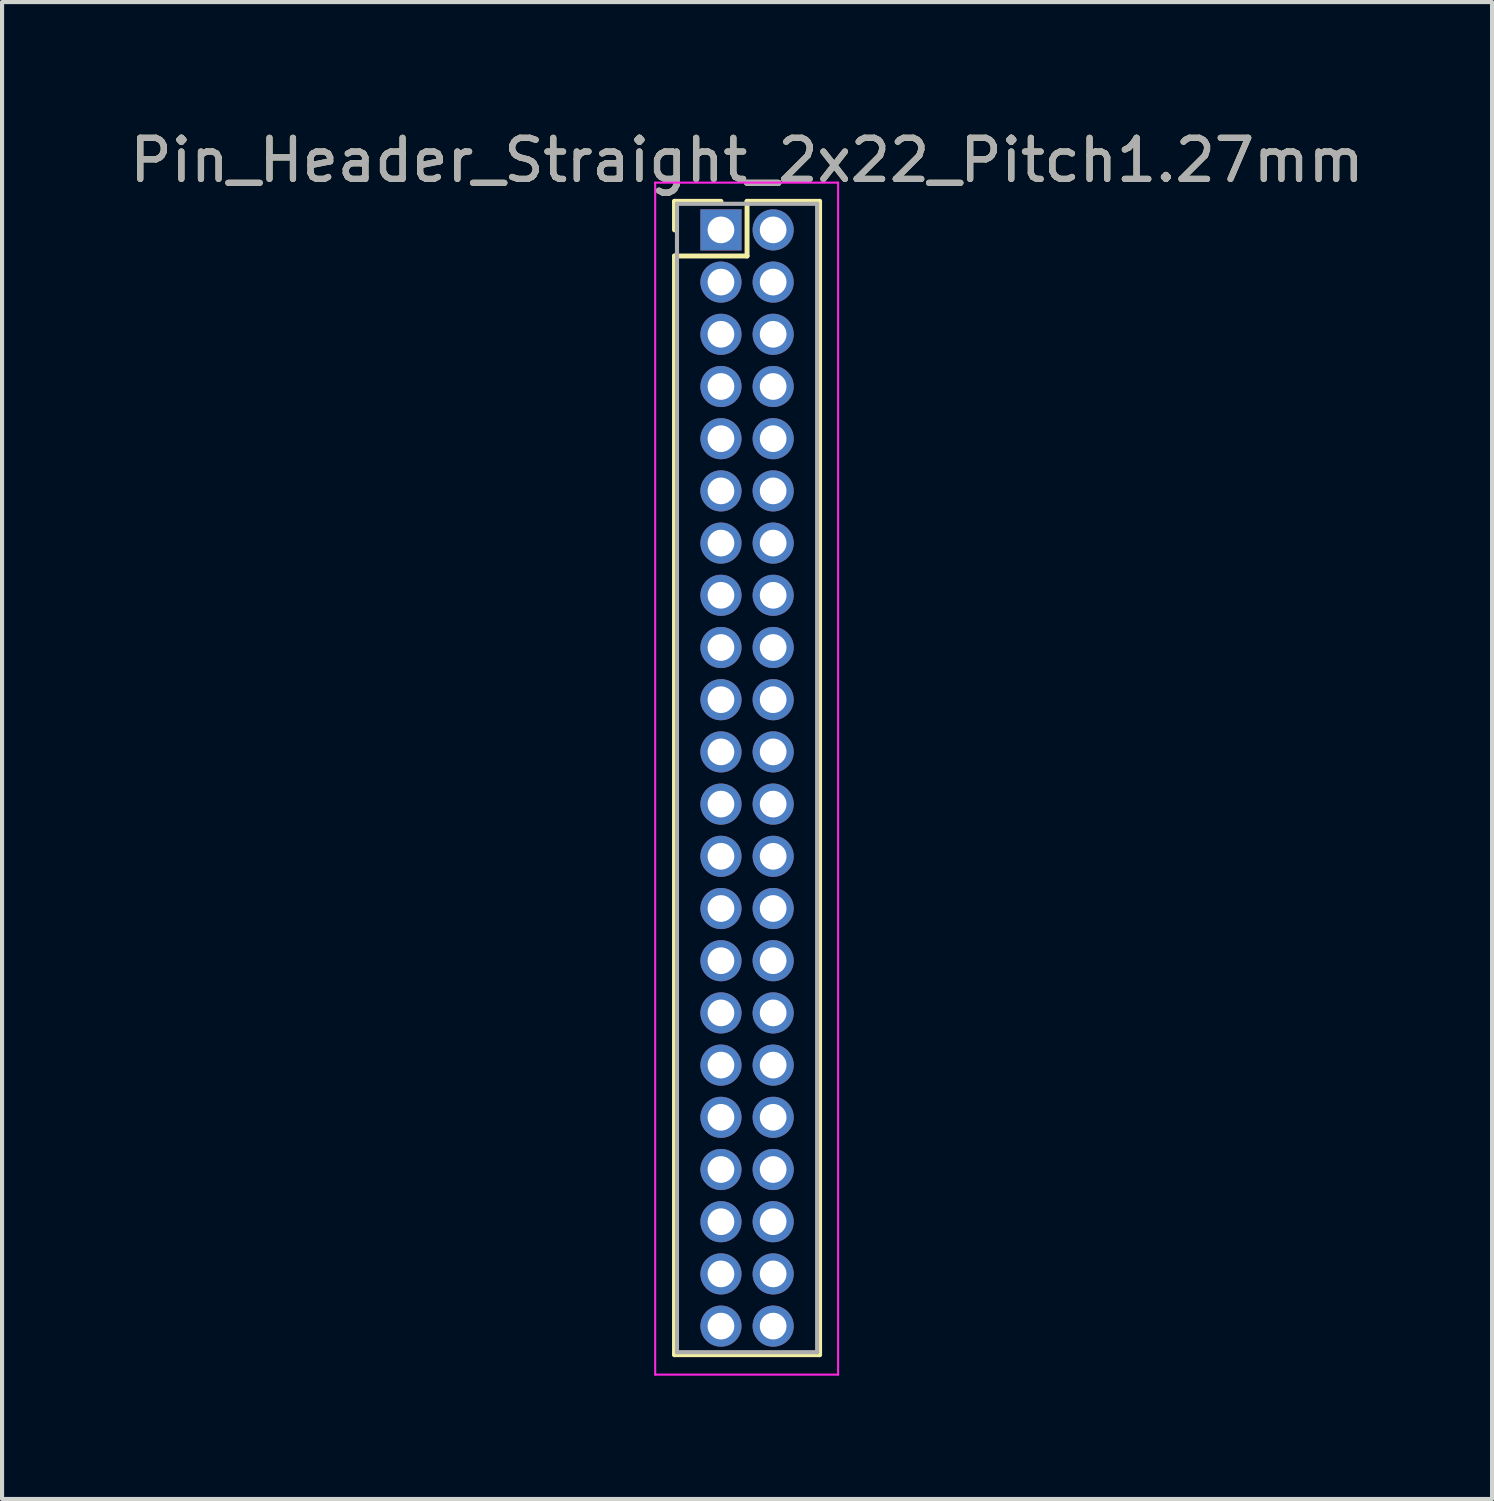
<source format=kicad_pcb>
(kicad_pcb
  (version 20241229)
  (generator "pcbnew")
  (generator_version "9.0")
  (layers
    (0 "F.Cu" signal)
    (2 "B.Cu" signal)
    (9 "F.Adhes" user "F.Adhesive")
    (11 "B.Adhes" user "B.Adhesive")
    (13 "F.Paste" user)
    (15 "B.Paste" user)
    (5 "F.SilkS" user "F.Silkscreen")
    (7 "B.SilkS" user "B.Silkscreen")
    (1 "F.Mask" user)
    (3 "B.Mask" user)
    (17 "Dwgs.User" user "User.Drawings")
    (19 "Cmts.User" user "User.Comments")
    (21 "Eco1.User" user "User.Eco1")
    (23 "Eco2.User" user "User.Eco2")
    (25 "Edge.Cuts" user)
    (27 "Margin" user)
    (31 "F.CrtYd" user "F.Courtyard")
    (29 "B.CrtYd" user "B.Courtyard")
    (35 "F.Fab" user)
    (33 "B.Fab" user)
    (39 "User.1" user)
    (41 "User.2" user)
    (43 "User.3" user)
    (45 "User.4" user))
  (footprint "Pin_Header_Straight_2x22_Pitch1.27mm"
    (layer "F.Cu")
    (at 14.49 2.543)
    (property "Reference" "Pin_Header_Straight_2x22_Pitch1.27mm" (at 0.635 -1.695 0) (layer "F.SilkS") (effects (font (size 1 1) (thickness 0.15))))
    (attr through_hole)
    (fp_line (start -1.13 -0.695) (end 0 -0.695) (stroke (width 0.12) (type solid)) (layer "F.SilkS"))
    (fp_line (start -1.13 0) (end -1.13 -0.695) (stroke (width 0.12) (type solid)) (layer "F.SilkS"))
    (fp_line (start -1.13 0.635) (end -1.13 27.365) (stroke (width 0.12) (type solid)) (layer "F.SilkS"))
    (fp_line (start -1.13 27.365) (end 2.4 27.365) (stroke (width 0.12) (type solid)) (layer "F.SilkS"))
    (fp_line (start 0.635 -0.695) (end 0.635 0.635) (stroke (width 0.12) (type solid)) (layer "F.SilkS"))
    (fp_line (start 0.635 0.635) (end -1.13 0.635) (stroke (width 0.12) (type solid)) (layer "F.SilkS"))
    (fp_line (start 2.4 -0.695) (end 0.635 -0.695) (stroke (width 0.12) (type solid)) (layer "F.SilkS"))
    (fp_line (start 2.4 27.365) (end 2.4 -0.695) (stroke (width 0.12) (type solid)) (layer "F.SilkS"))
    (fp_line (start -1.6 -1.15) (end -1.6 27.85) (stroke (width 0.05) (type solid)) (layer "F.CrtYd"))
    (fp_line (start -1.6 27.85) (end 2.85 27.85) (stroke (width 0.05) (type solid)) (layer "F.CrtYd"))
    (fp_line (start 2.85 -1.15) (end -1.6 -1.15) (stroke (width 0.05) (type solid)) (layer "F.CrtYd"))
    (fp_line (start 2.85 27.85) (end 2.85 -1.15) (stroke (width 0.05) (type solid)) (layer "F.CrtYd"))
    (fp_line (start -1.07 -0.635) (end -1.07 27.305) (stroke (width 0.1) (type solid)) (layer "F.Fab"))
    (fp_line (start -1.07 27.305) (end 2.34 27.305) (stroke (width 0.1) (type solid)) (layer "F.Fab"))
    (fp_line (start 2.34 -0.635) (end -1.07 -0.635) (stroke (width 0.1) (type solid)) (layer "F.Fab"))
    (fp_line (start 2.34 27.305) (end 2.34 -0.635) (stroke (width 0.1) (type solid)) (layer "F.Fab"))
    (fp_text user "${REFERENCE}" (at 0.635 -1.695 0) (layer "F.Fab") (effects (font (size 1 1) (thickness 0.15))))
    (pad "1" thru_hole rect (at 0 0) (size 1 1) (drill 0.65) (layers "*.Cu" "*.Mask"))
    (pad "2" thru_hole oval (at 1.27 0) (size 1 1) (drill 0.65) (layers "*.Cu" "*.Mask"))
    (pad "3" thru_hole oval (at 0 1.27) (size 1 1) (drill 0.65) (layers "*.Cu" "*.Mask"))
    (pad "4" thru_hole oval (at 1.27 1.27) (size 1 1) (drill 0.65) (layers "*.Cu" "*.Mask"))
    (pad "5" thru_hole oval (at 0 2.54) (size 1 1) (drill 0.65) (layers "*.Cu" "*.Mask"))
    (pad "6" thru_hole oval (at 1.27 2.54) (size 1 1) (drill 0.65) (layers "*.Cu" "*.Mask"))
    (pad "7" thru_hole oval (at 0 3.81) (size 1 1) (drill 0.65) (layers "*.Cu" "*.Mask"))
    (pad "8" thru_hole oval (at 1.27 3.81) (size 1 1) (drill 0.65) (layers "*.Cu" "*.Mask"))
    (pad "9" thru_hole oval (at 0 5.08) (size 1 1) (drill 0.65) (layers "*.Cu" "*.Mask"))
    (pad "10" thru_hole oval (at 1.27 5.08) (size 1 1) (drill 0.65) (layers "*.Cu" "*.Mask"))
    (pad "11" thru_hole oval (at 0 6.35) (size 1 1) (drill 0.65) (layers "*.Cu" "*.Mask"))
    (pad "12" thru_hole oval (at 1.27 6.35) (size 1 1) (drill 0.65) (layers "*.Cu" "*.Mask"))
    (pad "13" thru_hole oval (at 0 7.62) (size 1 1) (drill 0.65) (layers "*.Cu" "*.Mask"))
    (pad "14" thru_hole oval (at 1.27 7.62) (size 1 1) (drill 0.65) (layers "*.Cu" "*.Mask"))
    (pad "15" thru_hole oval (at 0 8.89) (size 1 1) (drill 0.65) (layers "*.Cu" "*.Mask"))
    (pad "16" thru_hole oval (at 1.27 8.89) (size 1 1) (drill 0.65) (layers "*.Cu" "*.Mask"))
    (pad "17" thru_hole oval (at 0 10.16) (size 1 1) (drill 0.65) (layers "*.Cu" "*.Mask"))
    (pad "18" thru_hole oval (at 1.27 10.16) (size 1 1) (drill 0.65) (layers "*.Cu" "*.Mask"))
    (pad "19" thru_hole oval (at 0 11.43) (size 1 1) (drill 0.65) (layers "*.Cu" "*.Mask"))
    (pad "20" thru_hole oval (at 1.27 11.43) (size 1 1) (drill 0.65) (layers "*.Cu" "*.Mask"))
    (pad "21" thru_hole oval (at 0 12.7) (size 1 1) (drill 0.65) (layers "*.Cu" "*.Mask"))
    (pad "22" thru_hole oval (at 1.27 12.7) (size 1 1) (drill 0.65) (layers "*.Cu" "*.Mask"))
    (pad "23" thru_hole oval (at 0 13.97) (size 1 1) (drill 0.65) (layers "*.Cu" "*.Mask"))
    (pad "24" thru_hole oval (at 1.27 13.97) (size 1 1) (drill 0.65) (layers "*.Cu" "*.Mask"))
    (pad "25" thru_hole oval (at 0 15.24) (size 1 1) (drill 0.65) (layers "*.Cu" "*.Mask"))
    (pad "26" thru_hole oval (at 1.27 15.24) (size 1 1) (drill 0.65) (layers "*.Cu" "*.Mask"))
    (pad "27" thru_hole oval (at 0 16.51) (size 1 1) (drill 0.65) (layers "*.Cu" "*.Mask"))
    (pad "28" thru_hole oval (at 1.27 16.51) (size 1 1) (drill 0.65) (layers "*.Cu" "*.Mask"))
    (pad "29" thru_hole oval (at 0 17.78) (size 1 1) (drill 0.65) (layers "*.Cu" "*.Mask"))
    (pad "30" thru_hole oval (at 1.27 17.78) (size 1 1) (drill 0.65) (layers "*.Cu" "*.Mask"))
    (pad "31" thru_hole oval (at 0 19.05) (size 1 1) (drill 0.65) (layers "*.Cu" "*.Mask"))
    (pad "32" thru_hole oval (at 1.27 19.05) (size 1 1) (drill 0.65) (layers "*.Cu" "*.Mask"))
    (pad "33" thru_hole oval (at 0 20.32) (size 1 1) (drill 0.65) (layers "*.Cu" "*.Mask"))
    (pad "34" thru_hole oval (at 1.27 20.32) (size 1 1) (drill 0.65) (layers "*.Cu" "*.Mask"))
    (pad "35" thru_hole oval (at 0 21.59) (size 1 1) (drill 0.65) (layers "*.Cu" "*.Mask"))
    (pad "36" thru_hole oval (at 1.27 21.59) (size 1 1) (drill 0.65) (layers "*.Cu" "*.Mask"))
    (pad "37" thru_hole oval (at 0 22.86) (size 1 1) (drill 0.65) (layers "*.Cu" "*.Mask"))
    (pad "38" thru_hole oval (at 1.27 22.86) (size 1 1) (drill 0.65) (layers "*.Cu" "*.Mask"))
    (pad "39" thru_hole oval (at 0 24.13) (size 1 1) (drill 0.65) (layers "*.Cu" "*.Mask"))
    (pad "40" thru_hole oval (at 1.27 24.13) (size 1 1) (drill 0.65) (layers "*.Cu" "*.Mask"))
    (pad "41" thru_hole oval (at 0 25.4) (size 1 1) (drill 0.65) (layers "*.Cu" "*.Mask"))
    (pad "42" thru_hole oval (at 1.27 25.4) (size 1 1) (drill 0.65) (layers "*.Cu" "*.Mask"))
    (pad "43" thru_hole oval (at 0 26.67) (size 1 1) (drill 0.65) (layers "*.Cu" "*.Mask"))
    (pad "44" thru_hole oval (at 1.27 26.67) (size 1 1) (drill 0.65) (layers "*.Cu" "*.Mask")))
  (gr_rect
    (start -3 -3)
    (end 33.25 33.418)
    (stroke (width 0.1) (type default))
    (fill no)
    (layer "Edge.Cuts")))
</source>
